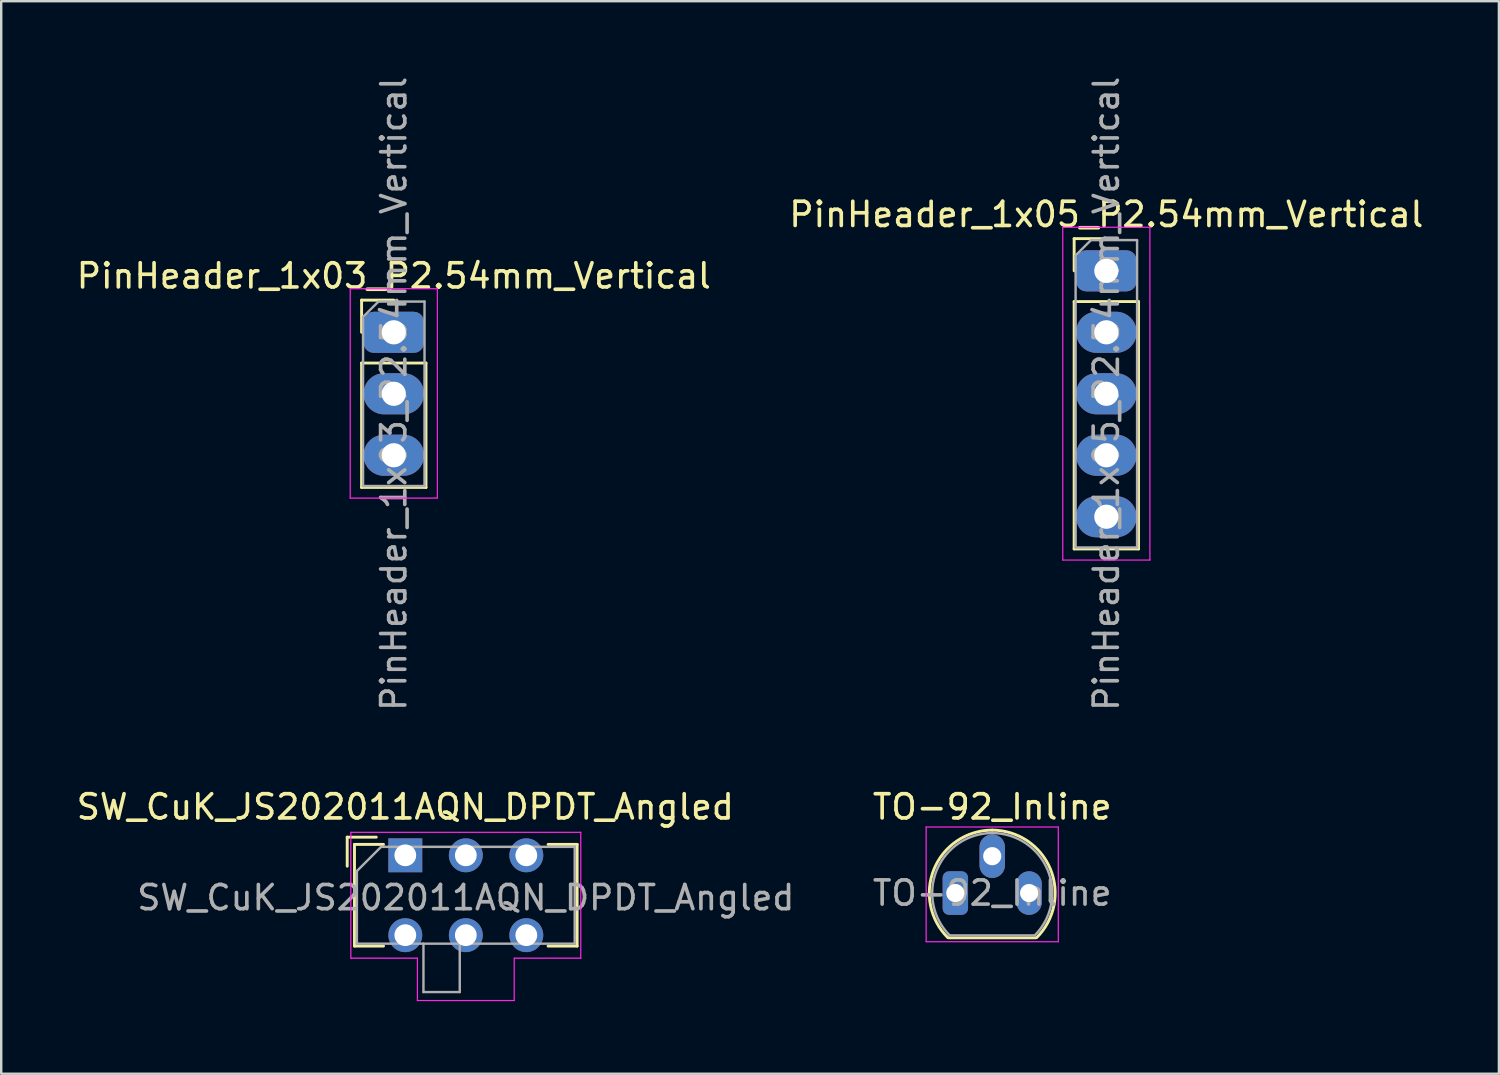
<source format=kicad_pcb>
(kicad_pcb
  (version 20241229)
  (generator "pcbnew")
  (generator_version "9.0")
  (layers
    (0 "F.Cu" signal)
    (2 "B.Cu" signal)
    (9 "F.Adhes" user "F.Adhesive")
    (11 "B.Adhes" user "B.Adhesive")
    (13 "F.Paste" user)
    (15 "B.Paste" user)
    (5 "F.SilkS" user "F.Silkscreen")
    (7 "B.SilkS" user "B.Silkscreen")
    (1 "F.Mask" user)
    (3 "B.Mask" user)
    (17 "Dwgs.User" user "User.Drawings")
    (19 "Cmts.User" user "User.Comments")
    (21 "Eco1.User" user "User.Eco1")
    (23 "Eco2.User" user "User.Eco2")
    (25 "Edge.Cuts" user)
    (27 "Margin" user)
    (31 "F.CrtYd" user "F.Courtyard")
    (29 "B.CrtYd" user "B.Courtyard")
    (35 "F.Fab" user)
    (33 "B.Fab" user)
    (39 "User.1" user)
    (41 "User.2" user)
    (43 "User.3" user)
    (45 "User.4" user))
  (footprint "PinHeader_1x05_P2.54mm_Vertical"
    (layer "F.Cu")
    (at 42.661 8.14)
    (property "Reference" "PinHeader_1x05_P2.54mm_Vertical" (at 0 -2.33 0) (layer "F.SilkS") (effects (font (size 1 1) (thickness 0.15))))
    (attr through_hole)
    (fp_line (start -1.33 -1.33) (end 0 -1.33) (stroke (width 0.12) (type solid)) (layer "F.SilkS"))
    (fp_line (start -1.33 0) (end -1.33 -1.33) (stroke (width 0.12) (type solid)) (layer "F.SilkS"))
    (fp_line (start -1.33 1.27) (end -1.33 11.49) (stroke (width 0.12) (type solid)) (layer "F.SilkS"))
    (fp_line (start -1.33 1.27) (end 1.33 1.27) (stroke (width 0.12) (type solid)) (layer "F.SilkS"))
    (fp_line (start -1.33 11.49) (end 1.33 11.49) (stroke (width 0.12) (type solid)) (layer "F.SilkS"))
    (fp_line (start 1.33 1.27) (end 1.33 11.49) (stroke (width 0.12) (type solid)) (layer "F.SilkS"))
    (fp_line (start -1.8 -1.8) (end -1.8 11.95) (stroke (width 0.05) (type solid)) (layer "F.CrtYd"))
    (fp_line (start -1.8 11.95) (end 1.8 11.95) (stroke (width 0.05) (type solid)) (layer "F.CrtYd"))
    (fp_line (start 1.8 -1.8) (end -1.8 -1.8) (stroke (width 0.05) (type solid)) (layer "F.CrtYd"))
    (fp_line (start 1.8 11.95) (end 1.8 -1.8) (stroke (width 0.05) (type solid)) (layer "F.CrtYd"))
    (fp_line (start -1.27 -0.635) (end -0.635 -1.27) (stroke (width 0.1) (type solid)) (layer "F.Fab"))
    (fp_line (start -1.27 11.43) (end -1.27 -0.635) (stroke (width 0.1) (type solid)) (layer "F.Fab"))
    (fp_line (start -0.635 -1.27) (end 1.27 -1.27) (stroke (width 0.1) (type solid)) (layer "F.Fab"))
    (fp_line (start 1.27 -1.27) (end 1.27 11.43) (stroke (width 0.1) (type solid)) (layer "F.Fab"))
    (fp_line (start 1.27 11.43) (end -1.27 11.43) (stroke (width 0.1) (type solid)) (layer "F.Fab"))
    (fp_text user "${REFERENCE}" (at 0 5.08 90) (layer "F.Fab") (effects (font (size 1 1) (thickness 0.15))))
    (pad "1" thru_hole roundrect (at 0 0) (size 2.5 1.7) (drill 1) (layers "*.Cu" "*.Mask") (roundrect_rratio 0.25))
    (pad "2" thru_hole oval (at 0 2.54) (size 2.5 1.7) (drill 1) (layers "*.Cu" "*.Mask"))
    (pad "3" thru_hole oval (at 0 5.08) (size 2.5 1.7) (drill 1) (layers "*.Cu" "*.Mask"))
    (pad "4" thru_hole oval (at 0 7.62) (size 2.5 1.7) (drill 1) (layers "*.Cu" "*.Mask"))
    (pad "5" thru_hole oval (at 0 10.16) (size 2.5 1.7) (drill 1) (layers "*.Cu" "*.Mask")))
  (footprint "SW_CuK_JS202011AQN_DPDT_Angled"
    (layer "F.Cu")
    (at 13.696 32.289)
    (property "Reference" "SW_CuK_JS202011AQN_DPDT_Angled" (at 0 -2 0) (layer "F.SilkS") (effects (font (size 1 1) (thickness 0.15))))
    (attr through_hole)
    (fp_line (start -2.4 -0.75) (end -2.4 0.45) (stroke (width 0.12) (type solid)) (layer "F.SilkS"))
    (fp_line (start -2.1 -0.45) (end -2.1 3.75) (stroke (width 0.12) (type solid)) (layer "F.SilkS"))
    (fp_line (start -2.1 3.75) (end -0.9 3.75) (stroke (width 0.12) (type solid)) (layer "F.SilkS"))
    (fp_line (start -1.2 -0.75) (end -2.4 -0.75) (stroke (width 0.12) (type solid)) (layer "F.SilkS"))
    (fp_line (start -0.9 -0.45) (end -2.1 -0.45) (stroke (width 0.12) (type solid)) (layer "F.SilkS"))
    (fp_line (start 5.9 -0.45) (end 7.1 -0.45) (stroke (width 0.12) (type solid)) (layer "F.SilkS"))
    (fp_line (start 7.1 -0.45) (end 7.1 3.75) (stroke (width 0.12) (type solid)) (layer "F.SilkS"))
    (fp_line (start 7.1 3.75) (end 5.9 3.75) (stroke (width 0.12) (type solid)) (layer "F.SilkS"))
    (fp_line (start -2.25 -0.95) (end 7.25 -0.95) (stroke (width 0.05) (type solid)) (layer "F.CrtYd"))
    (fp_line (start -2.25 4.25) (end -2.25 -0.95) (stroke (width 0.05) (type solid)) (layer "F.CrtYd"))
    (fp_line (start 0.5 4.25) (end -2.25 4.25) (stroke (width 0.05) (type solid)) (layer "F.CrtYd"))
    (fp_line (start 0.5 4.25) (end 0.5 6) (stroke (width 0.05) (type solid)) (layer "F.CrtYd"))
    (fp_line (start 4.5 6) (end 0.5 6) (stroke (width 0.05) (type solid)) (layer "F.CrtYd"))
    (fp_line (start 4.5 6) (end 4.5 4.25) (stroke (width 0.05) (type solid)) (layer "F.CrtYd"))
    (fp_line (start 7.25 -0.95) (end 7.25 4.25) (stroke (width 0.05) (type solid)) (layer "F.CrtYd"))
    (fp_line (start 7.25 4.25) (end 4.5 4.25) (stroke (width 0.05) (type solid)) (layer "F.CrtYd"))
    (fp_line (start -2 3.65) (end -2 0.65) (stroke (width 0.1) (type solid)) (layer "F.Fab"))
    (fp_line (start -1 -0.35) (end -2 0.65) (stroke (width 0.1) (type solid)) (layer "F.Fab"))
    (fp_line (start -1 -0.35) (end 7 -0.35) (stroke (width 0.1) (type solid)) (layer "F.Fab"))
    (fp_line (start 0.75 3.65) (end 0.75 5.65) (stroke (width 0.1) (type solid)) (layer "F.Fab"))
    (fp_line (start 0.75 5.65) (end 2.25 5.65) (stroke (width 0.1) (type solid)) (layer "F.Fab"))
    (fp_line (start 2.25 5.65) (end 2.25 3.65) (stroke (width 0.1) (type solid)) (layer "F.Fab"))
    (fp_line (start 7 -0.35) (end 7 3.65) (stroke (width 0.1) (type solid)) (layer "F.Fab"))
    (fp_line (start 7 3.65) (end -2 3.65) (stroke (width 0.1) (type solid)) (layer "F.Fab"))
    (fp_text user "${REFERENCE}" (at 2.5 1.75 0) (layer "F.Fab") (effects (font (size 1 1) (thickness 0.15))))
    (pad "1" thru_hole rect (at 0 0) (size 1.4 1.4) (drill 0.9) (layers "*.Cu" "*.Mask"))
    (pad "2" thru_hole circle (at 2.5 0) (size 1.4 1.4) (drill 0.9) (layers "*.Cu" "*.Mask"))
    (pad "3" thru_hole circle (at 5 0) (size 1.4 1.4) (drill 0.9) (layers "*.Cu" "*.Mask"))
    (pad "4" thru_hole circle (at 0 3.3) (size 1.4 1.4) (drill 0.9) (layers "*.Cu" "*.Mask"))
    (pad "5" thru_hole circle (at 2.5 3.3) (size 1.4 1.4) (drill 0.9) (layers "*.Cu" "*.Mask"))
    (pad "6" thru_hole circle (at 5 3.3) (size 1.4 1.4) (drill 0.9) (layers "*.Cu" "*.Mask")))
  (footprint "PinHeader_1x03_P2.54mm_Vertical"
    (layer "F.Cu")
    (at 13.22 10.68)
    (property "Reference" "PinHeader_1x03_P2.54mm_Vertical" (at 0 -2.33 0) (layer "F.SilkS") (effects (font (size 1 1) (thickness 0.15))))
    (attr through_hole)
    (fp_line (start -1.33 -1.33) (end 0 -1.33) (stroke (width 0.12) (type solid)) (layer "F.SilkS"))
    (fp_line (start -1.33 0) (end -1.33 -1.33) (stroke (width 0.12) (type solid)) (layer "F.SilkS"))
    (fp_line (start -1.33 1.27) (end -1.33 6.41) (stroke (width 0.12) (type solid)) (layer "F.SilkS"))
    (fp_line (start -1.33 1.27) (end 1.33 1.27) (stroke (width 0.12) (type solid)) (layer "F.SilkS"))
    (fp_line (start -1.33 6.41) (end 1.33 6.41) (stroke (width 0.12) (type solid)) (layer "F.SilkS"))
    (fp_line (start 1.33 1.27) (end 1.33 6.41) (stroke (width 0.12) (type solid)) (layer "F.SilkS"))
    (fp_line (start -1.8 -1.8) (end -1.8 6.85) (stroke (width 0.05) (type solid)) (layer "F.CrtYd"))
    (fp_line (start -1.8 6.85) (end 1.8 6.85) (stroke (width 0.05) (type solid)) (layer "F.CrtYd"))
    (fp_line (start 1.8 -1.8) (end -1.8 -1.8) (stroke (width 0.05) (type solid)) (layer "F.CrtYd"))
    (fp_line (start 1.8 6.85) (end 1.8 -1.8) (stroke (width 0.05) (type solid)) (layer "F.CrtYd"))
    (fp_line (start -1.27 -0.635) (end -0.635 -1.27) (stroke (width 0.1) (type solid)) (layer "F.Fab"))
    (fp_line (start -1.27 6.35) (end -1.27 -0.635) (stroke (width 0.1) (type solid)) (layer "F.Fab"))
    (fp_line (start -0.635 -1.27) (end 1.27 -1.27) (stroke (width 0.1) (type solid)) (layer "F.Fab"))
    (fp_line (start 1.27 -1.27) (end 1.27 6.35) (stroke (width 0.1) (type solid)) (layer "F.Fab"))
    (fp_line (start 1.27 6.35) (end -1.27 6.35) (stroke (width 0.1) (type solid)) (layer "F.Fab"))
    (fp_text user "${REFERENCE}" (at 0 2.54 90) (layer "F.Fab") (effects (font (size 1 1) (thickness 0.15))))
    (pad "1" thru_hole roundrect (at 0 0) (size 2.5 1.7) (drill 1) (layers "*.Cu" "*.Mask") (roundrect_rratio 0.25))
    (pad "2" thru_hole oval (at 0 2.54) (size 2.5 1.7) (drill 1) (layers "*.Cu" "*.Mask"))
    (pad "3" thru_hole oval (at 0 5.08) (size 2.5 1.7) (drill 1) (layers "*.Cu" "*.Mask")))
  (footprint "TO-92_Inline"
    (layer "F.Cu")
    (at 36.676 33.849)
    (property "Reference" "TO-92_Inline" (at 1.27 -3.56 0) (layer "F.SilkS") (effects (font (size 1 1) (thickness 0.15))))
    (attr through_hole)
    (fp_line (start -0.53 1.85) (end 3.07 1.85) (stroke (width 0.12) (type solid)) (layer "F.SilkS"))
    (fp_arc (start -0.568478 1.838478) (mid -1.132087 -0.994977) (end 1.27 -2.6) (stroke (width 0.12) (type solid)) (layer "F.SilkS"))
    (fp_arc (start 1.27 -2.6) (mid 3.672087 -0.994977) (end 3.108478 1.838478) (stroke (width 0.12) (type solid)) (layer "F.SilkS"))
    (fp_line (start -1.46 -2.73) (end -1.46 2.01) (stroke (width 0.05) (type solid)) (layer "F.CrtYd"))
    (fp_line (start -1.46 -2.73) (end 4 -2.73) (stroke (width 0.05) (type solid)) (layer "F.CrtYd"))
    (fp_line (start 4 2.01) (end -1.46 2.01) (stroke (width 0.05) (type solid)) (layer "F.CrtYd"))
    (fp_line (start 4 2.01) (end 4 -2.73) (stroke (width 0.05) (type solid)) (layer "F.CrtYd"))
    (fp_line (start -0.5 1.75) (end 3 1.75) (stroke (width 0.1) (type solid)) (layer "F.Fab"))
    (fp_arc (start -0.483625 1.753625) (mid -1.021221 -0.949055) (end 1.27 -2.48) (stroke (width 0.1) (type solid)) (layer "F.Fab"))
    (fp_arc (start 1.27 -2.48) (mid 3.561221 -0.949055) (end 3.023625 1.753625) (stroke (width 0.1) (type solid)) (layer "F.Fab"))
    (fp_text user "${REFERENCE}" (at 1.27 0 0) (layer "F.Fab") (effects (font (size 1 1) (thickness 0.15))))
    (pad "1" thru_hole roundrect (at -0.254 0) (size 1.05 1.8) (drill 0.75) (layers "*.Cu" "*.Mask") (roundrect_rratio 0.25))
    (pad "2" thru_hole oval (at 1.27 -1.524) (size 1.05 1.8) (drill 0.75) (layers "*.Cu" "*.Mask"))
    (pad "3" thru_hole oval (at 2.794 0) (size 1.05 1.8) (drill 0.75) (layers "*.Cu" "*.Mask")))
  (gr_rect
    (start -3 -3)
    (end 58.881 41.314)
    (stroke (width 0.1) (type default))
    (fill no)
    (layer "Edge.Cuts")))
</source>
